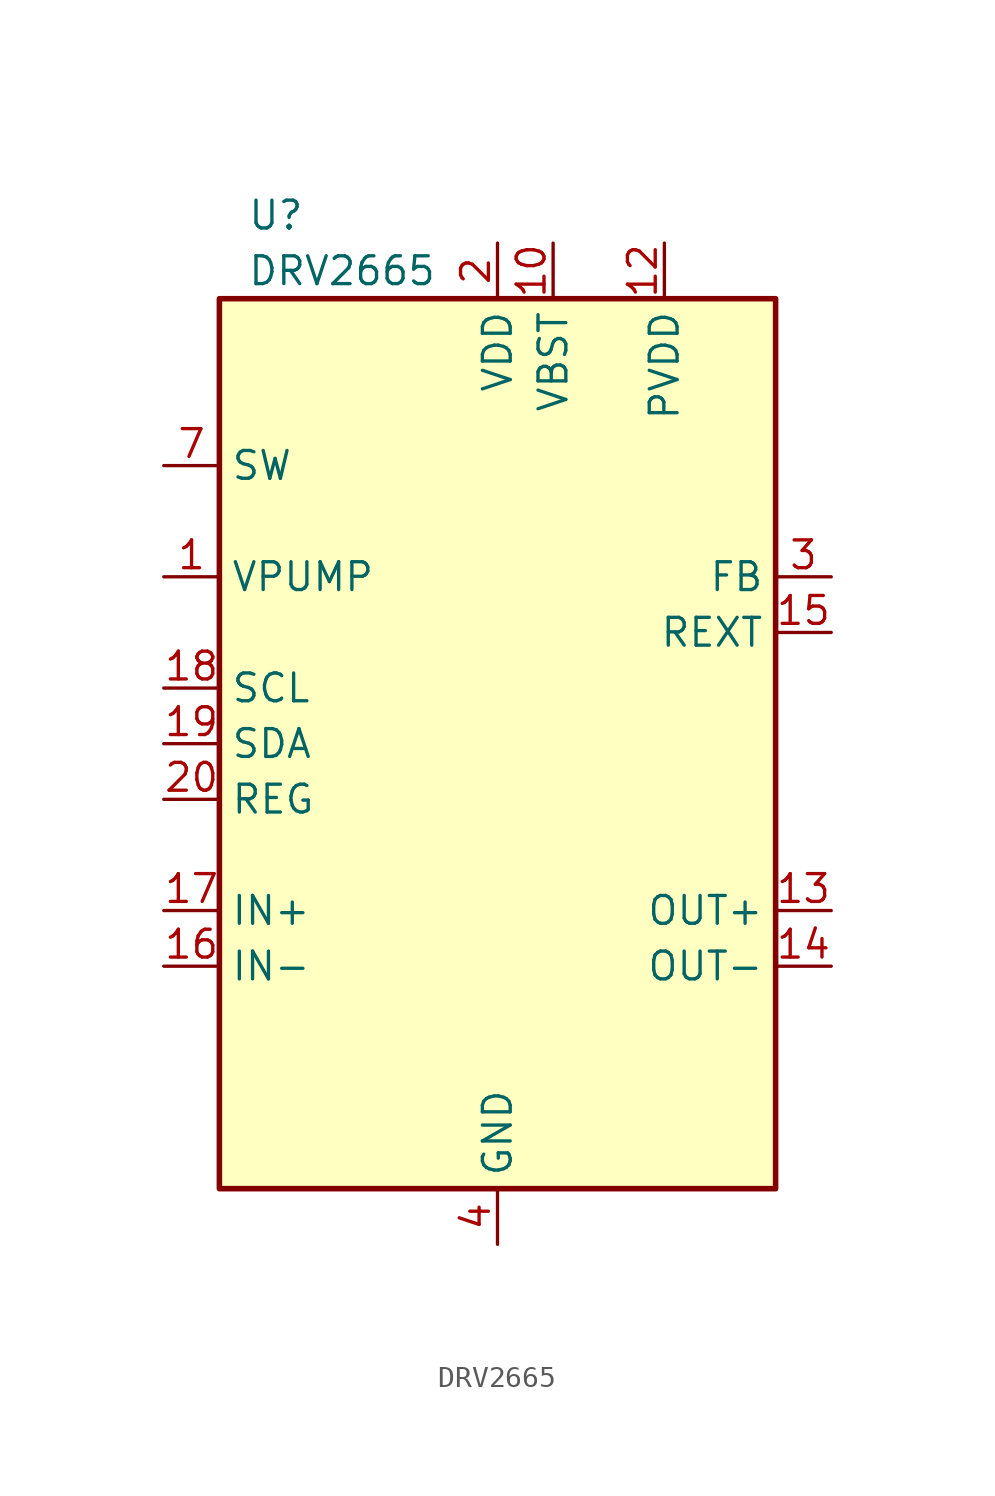
<source format=kicad_sym>
(kicad_symbol_lib
  (version 20211014)
  (generator kicad_symbol_editor)
  (symbol "DRV2665"
    (property "Reference" "U"
      (at -11.43 24.13 0)
      (effects (font (size 1.27 1.27)) (justify left)))
    (property "Value" "DRV2665"
      (at -11.43 21.59 0)
      (effects (font (size 1.27 1.27)) (justify left)))
    (symbol "DRV2665_0_1"
      (rectangle (start -12.7 20.32) (end 12.7 -20.32) (stroke (width 0.254) (type default) (color 0 0 0 0)) (fill (type background))))
    (symbol "DRV2665_1_1"
      (pin output line (at -15.24 7.62 0) (length 2.54) (name "VPUMP" (effects (font (size 1.27 1.27)))) (number "1" (effects (font (size 1.27 1.27)))))
      (pin power_out line (at 2.54 22.86 270) (length 2.54) (name "VBST" (effects (font (size 1.27 1.27)))) (number "10" (effects (font (size 1.27 1.27)))))
      (pin passive line (at 2.54 22.86 270) (length 2.54) hide (name "VBST" (effects (font (size 1.27 1.27)))) (number "11" (effects (font (size 1.27 1.27)))))
      (pin power_in line (at 7.62 22.86 270) (length 2.54) (name "PVDD" (effects (font (size 1.27 1.27)))) (number "12" (effects (font (size 1.27 1.27)))))
      (pin output line (at 15.24 -7.62 180) (length 2.54) (name "OUT+" (effects (font (size 1.27 1.27)))) (number "13" (effects (font (size 1.27 1.27)))))
      (pin output line (at 15.24 -10.16 180) (length 2.54) (name "OUT-" (effects (font (size 1.27 1.27)))) (number "14" (effects (font (size 1.27 1.27)))))
      (pin input line (at 15.24 5.08 180) (length 2.54) (name "REXT" (effects (font (size 1.27 1.27)))) (number "15" (effects (font (size 1.27 1.27)))))
      (pin input line (at -15.24 -10.16 0) (length 2.54) (name "IN-" (effects (font (size 1.27 1.27)))) (number "16" (effects (font (size 1.27 1.27)))))
      (pin input line (at -15.24 -7.62 0) (length 2.54) (name "IN+" (effects (font (size 1.27 1.27)))) (number "17" (effects (font (size 1.27 1.27)))))
      (pin input line (at -15.24 2.54 0) (length 2.54) (name "SCL" (effects (font (size 1.27 1.27)))) (number "18" (effects (font (size 1.27 1.27)))))
      (pin bidirectional line (at -15.24 0 0) (length 2.54) (name "SDA" (effects (font (size 1.27 1.27)))) (number "19" (effects (font (size 1.27 1.27)))))
      (pin power_in line (at 0 22.86 270) (length 2.54) (name "VDD" (effects (font (size 1.27 1.27)))) (number "2" (effects (font (size 1.27 1.27)))))
      (pin power_out line (at -15.24 -2.54 0) (length 2.54) (name "REG" (effects (font (size 1.27 1.27)))) (number "20" (effects (font (size 1.27 1.27)))))
      (pin passive line (at 0 -22.86 90) (length 2.54) hide (name "GND" (effects (font (size 1.27 1.27)))) (number "21" (effects (font (size 1.27 1.27)))))
      (pin input line (at 15.24 7.62 180) (length 2.54) (name "FB" (effects (font (size 1.27 1.27)))) (number "3" (effects (font (size 1.27 1.27)))))
      (pin power_in line (at 0 -22.86 90) (length 2.54) (name "GND" (effects (font (size 1.27 1.27)))) (number "4" (effects (font (size 1.27 1.27)))))
      (pin passive line (at 0 -22.86 90) (length 2.54) hide (name "GND" (effects (font (size 1.27 1.27)))) (number "5" (effects (font (size 1.27 1.27)))))
      (pin passive line (at 0 -22.86 90) (length 2.54) hide (name "GND" (effects (font (size 1.27 1.27)))) (number "6" (effects (font (size 1.27 1.27)))))
      (pin input line (at -15.24 12.7 0) (length 2.54) (name "SW" (effects (font (size 1.27 1.27)))) (number "7" (effects (font (size 1.27 1.27)))))
      (pin input line (at -15.24 12.7 0) (length 2.54) hide (name "SW" (effects (font (size 1.27 1.27)))) (number "8" (effects (font (size 1.27 1.27)))))
      (pin no_connect line (at -15.24 -15.24 0) (length 2.54) hide (name "NC" (effects (font (size 1.27 1.27)))) (number "9" (effects (font (size 1.27 1.27))))))))
</source>
